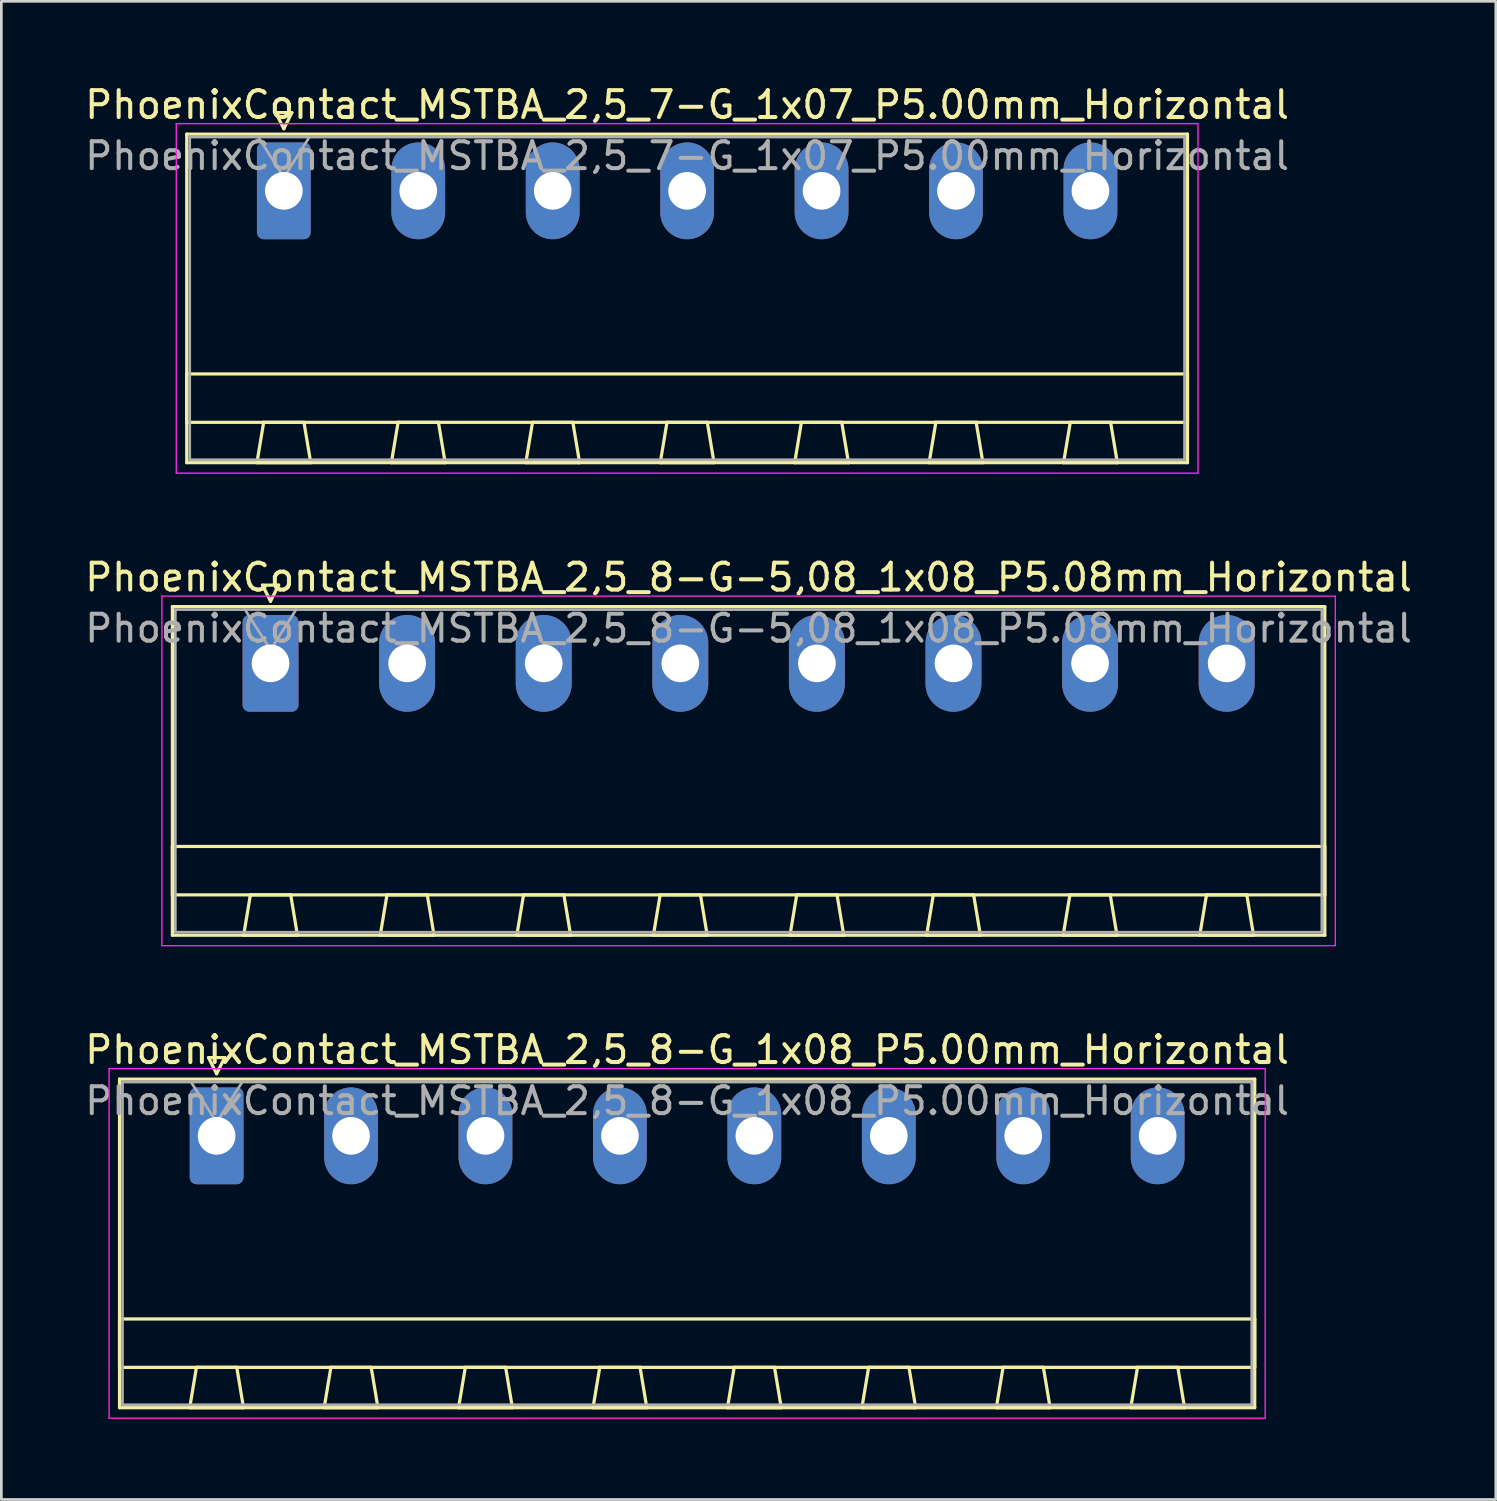
<source format=kicad_pcb>
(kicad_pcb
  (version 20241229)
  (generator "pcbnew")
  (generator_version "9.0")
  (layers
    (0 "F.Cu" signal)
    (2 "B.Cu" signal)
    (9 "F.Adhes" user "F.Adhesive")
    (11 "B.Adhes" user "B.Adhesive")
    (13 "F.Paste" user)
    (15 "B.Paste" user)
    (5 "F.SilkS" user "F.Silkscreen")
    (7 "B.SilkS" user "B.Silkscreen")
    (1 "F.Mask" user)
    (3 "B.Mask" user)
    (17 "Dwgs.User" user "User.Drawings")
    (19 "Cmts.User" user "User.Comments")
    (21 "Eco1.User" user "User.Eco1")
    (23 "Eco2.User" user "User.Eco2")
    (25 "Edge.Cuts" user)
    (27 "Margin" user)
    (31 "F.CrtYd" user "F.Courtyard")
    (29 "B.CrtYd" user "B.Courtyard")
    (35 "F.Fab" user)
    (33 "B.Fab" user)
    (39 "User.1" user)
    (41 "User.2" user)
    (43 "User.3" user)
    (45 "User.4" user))
  (footprint "PhoenixContact_MSTBA_2,5_7-G_1x07_P5.00mm_Horizontal"
    (layer "F.Cu")
    (at 7.506 4.048)
    (property "Reference" "PhoenixContact_MSTBA_2,5_7-G_1x07_P5.00mm_Horizontal" (at 15 -3.2 0) (layer "F.SilkS") (effects (font (size 1 1) (thickness 0.15))))
    (attr through_hole)
    (fp_line (start -3.61 -2.11) (end -3.61 10.11) (stroke (width 0.12) (type solid)) (layer "F.SilkS"))
    (fp_line (start -3.61 6.81) (end 33.61 6.81) (stroke (width 0.12) (type solid)) (layer "F.SilkS"))
    (fp_line (start -3.61 8.61) (end -3.61 6.81) (stroke (width 0.12) (type solid)) (layer "F.SilkS"))
    (fp_line (start -3.61 10.11) (end 33.61 10.11) (stroke (width 0.12) (type solid)) (layer "F.SilkS"))
    (fp_line (start -1 10.11) (end 1 10.11) (stroke (width 0.12) (type solid)) (layer "F.SilkS"))
    (fp_line (start -0.75 8.61) (end -1 10.11) (stroke (width 0.12) (type solid)) (layer "F.SilkS"))
    (fp_line (start -0.3 -2.91) (end 0.3 -2.91) (stroke (width 0.12) (type solid)) (layer "F.SilkS"))
    (fp_line (start 0 -2.31) (end -0.3 -2.91) (stroke (width 0.12) (type solid)) (layer "F.SilkS"))
    (fp_line (start 0.3 -2.91) (end 0 -2.31) (stroke (width 0.12) (type solid)) (layer "F.SilkS"))
    (fp_line (start 0.75 8.61) (end -0.75 8.61) (stroke (width 0.12) (type solid)) (layer "F.SilkS"))
    (fp_line (start 1 10.11) (end 0.75 8.61) (stroke (width 0.12) (type solid)) (layer "F.SilkS"))
    (fp_line (start 4 10.11) (end 6 10.11) (stroke (width 0.12) (type solid)) (layer "F.SilkS"))
    (fp_line (start 4.25 8.61) (end 4 10.11) (stroke (width 0.12) (type solid)) (layer "F.SilkS"))
    (fp_line (start 5.75 8.61) (end 4.25 8.61) (stroke (width 0.12) (type solid)) (layer "F.SilkS"))
    (fp_line (start 6 10.11) (end 5.75 8.61) (stroke (width 0.12) (type solid)) (layer "F.SilkS"))
    (fp_line (start 9 10.11) (end 11 10.11) (stroke (width 0.12) (type solid)) (layer "F.SilkS"))
    (fp_line (start 9.25 8.61) (end 9 10.11) (stroke (width 0.12) (type solid)) (layer "F.SilkS"))
    (fp_line (start 10.75 8.61) (end 9.25 8.61) (stroke (width 0.12) (type solid)) (layer "F.SilkS"))
    (fp_line (start 11 10.11) (end 10.75 8.61) (stroke (width 0.12) (type solid)) (layer "F.SilkS"))
    (fp_line (start 14 10.11) (end 16 10.11) (stroke (width 0.12) (type solid)) (layer "F.SilkS"))
    (fp_line (start 14.25 8.61) (end 14 10.11) (stroke (width 0.12) (type solid)) (layer "F.SilkS"))
    (fp_line (start 15.75 8.61) (end 14.25 8.61) (stroke (width 0.12) (type solid)) (layer "F.SilkS"))
    (fp_line (start 16 10.11) (end 15.75 8.61) (stroke (width 0.12) (type solid)) (layer "F.SilkS"))
    (fp_line (start 19 10.11) (end 21 10.11) (stroke (width 0.12) (type solid)) (layer "F.SilkS"))
    (fp_line (start 19.25 8.61) (end 19 10.11) (stroke (width 0.12) (type solid)) (layer "F.SilkS"))
    (fp_line (start 20.75 8.61) (end 19.25 8.61) (stroke (width 0.12) (type solid)) (layer "F.SilkS"))
    (fp_line (start 21 10.11) (end 20.75 8.61) (stroke (width 0.12) (type solid)) (layer "F.SilkS"))
    (fp_line (start 24 10.11) (end 26 10.11) (stroke (width 0.12) (type solid)) (layer "F.SilkS"))
    (fp_line (start 24.25 8.61) (end 24 10.11) (stroke (width 0.12) (type solid)) (layer "F.SilkS"))
    (fp_line (start 25.75 8.61) (end 24.25 8.61) (stroke (width 0.12) (type solid)) (layer "F.SilkS"))
    (fp_line (start 26 10.11) (end 25.75 8.61) (stroke (width 0.12) (type solid)) (layer "F.SilkS"))
    (fp_line (start 29 10.11) (end 31 10.11) (stroke (width 0.12) (type solid)) (layer "F.SilkS"))
    (fp_line (start 29.25 8.61) (end 29 10.11) (stroke (width 0.12) (type solid)) (layer "F.SilkS"))
    (fp_line (start 30.75 8.61) (end 29.25 8.61) (stroke (width 0.12) (type solid)) (layer "F.SilkS"))
    (fp_line (start 31 10.11) (end 30.75 8.61) (stroke (width 0.12) (type solid)) (layer "F.SilkS"))
    (fp_line (start 33.61 -2.11) (end -3.61 -2.11) (stroke (width 0.12) (type solid)) (layer "F.SilkS"))
    (fp_line (start 33.61 6.81) (end 33.61 8.61) (stroke (width 0.12) (type solid)) (layer "F.SilkS"))
    (fp_line (start 33.61 8.61) (end -3.61 8.61) (stroke (width 0.12) (type solid)) (layer "F.SilkS"))
    (fp_line (start 33.61 10.11) (end 33.61 -2.11) (stroke (width 0.12) (type solid)) (layer "F.SilkS"))
    (fp_line (start -4 -2.5) (end -4 10.5) (stroke (width 0.05) (type solid)) (layer "F.CrtYd"))
    (fp_line (start -4 10.5) (end 34 10.5) (stroke (width 0.05) (type solid)) (layer "F.CrtYd"))
    (fp_line (start 34 -2.5) (end -4 -2.5) (stroke (width 0.05) (type solid)) (layer "F.CrtYd"))
    (fp_line (start 34 10.5) (end 34 -2.5) (stroke (width 0.05) (type solid)) (layer "F.CrtYd"))
    (fp_line (start -3.5 -2) (end -3.5 10) (stroke (width 0.1) (type solid)) (layer "F.Fab"))
    (fp_line (start -3.5 10) (end 33.5 10) (stroke (width 0.1) (type solid)) (layer "F.Fab"))
    (fp_line (start 0 -0.5) (end -0.95 -2) (stroke (width 0.1) (type solid)) (layer "F.Fab"))
    (fp_line (start 0.95 -2) (end 0 -0.5) (stroke (width 0.1) (type solid)) (layer "F.Fab"))
    (fp_line (start 33.5 -2) (end -3.5 -2) (stroke (width 0.1) (type solid)) (layer "F.Fab"))
    (fp_line (start 33.5 10) (end 33.5 -2) (stroke (width 0.1) (type solid)) (layer "F.Fab"))
    (fp_text user "${REFERENCE}" (at 15 -1.3 0) (layer "F.Fab") (effects (font (size 1 1) (thickness 0.15))))
    (pad "1" thru_hole roundrect (at 0 0) (size 2 3.6) (drill 1.4) (layers "*.Cu" "*.Mask") (roundrect_rratio 0.125))
    (pad "2" thru_hole oval (at 5 0) (size 2 3.6) (drill 1.4) (layers "*.Cu" "*.Mask"))
    (pad "3" thru_hole oval (at 10 0) (size 2 3.6) (drill 1.4) (layers "*.Cu" "*.Mask"))
    (pad "4" thru_hole oval (at 15 0) (size 2 3.6) (drill 1.4) (layers "*.Cu" "*.Mask"))
    (pad "5" thru_hole oval (at 20 0) (size 2 3.6) (drill 1.4) (layers "*.Cu" "*.Mask"))
    (pad "6" thru_hole oval (at 25 0) (size 2 3.6) (drill 1.4) (layers "*.Cu" "*.Mask"))
    (pad "7" thru_hole oval (at 30 0) (size 2 3.6) (drill 1.4) (layers "*.Cu" "*.Mask")))
  (footprint "PhoenixContact_MSTBA_2,5_8-G-5,08_1x08_P5.08mm_Horizontal"
    (layer "F.Cu")
    (at 7.012 21.622)
    (property "Reference" "PhoenixContact_MSTBA_2,5_8-G-5,08_1x08_P5.08mm_Horizontal" (at 17.78 -3.2 0) (layer "F.SilkS") (effects (font (size 1 1) (thickness 0.15))))
    (attr through_hole)
    (fp_line (start -3.65 -2.11) (end -3.65 10.11) (stroke (width 0.12) (type solid)) (layer "F.SilkS"))
    (fp_line (start -3.65 6.81) (end 39.21 6.81) (stroke (width 0.12) (type solid)) (layer "F.SilkS"))
    (fp_line (start -3.65 8.61) (end -3.65 6.81) (stroke (width 0.12) (type solid)) (layer "F.SilkS"))
    (fp_line (start -3.65 10.11) (end 39.21 10.11) (stroke (width 0.12) (type solid)) (layer "F.SilkS"))
    (fp_line (start -1 10.11) (end 1 10.11) (stroke (width 0.12) (type solid)) (layer "F.SilkS"))
    (fp_line (start -0.75 8.61) (end -1 10.11) (stroke (width 0.12) (type solid)) (layer "F.SilkS"))
    (fp_line (start -0.3 -2.91) (end 0.3 -2.91) (stroke (width 0.12) (type solid)) (layer "F.SilkS"))
    (fp_line (start 0 -2.31) (end -0.3 -2.91) (stroke (width 0.12) (type solid)) (layer "F.SilkS"))
    (fp_line (start 0.3 -2.91) (end 0 -2.31) (stroke (width 0.12) (type solid)) (layer "F.SilkS"))
    (fp_line (start 0.75 8.61) (end -0.75 8.61) (stroke (width 0.12) (type solid)) (layer "F.SilkS"))
    (fp_line (start 1 10.11) (end 0.75 8.61) (stroke (width 0.12) (type solid)) (layer "F.SilkS"))
    (fp_line (start 4.08 10.11) (end 6.08 10.11) (stroke (width 0.12) (type solid)) (layer "F.SilkS"))
    (fp_line (start 4.33 8.61) (end 4.08 10.11) (stroke (width 0.12) (type solid)) (layer "F.SilkS"))
    (fp_line (start 5.83 8.61) (end 4.33 8.61) (stroke (width 0.12) (type solid)) (layer "F.SilkS"))
    (fp_line (start 6.08 10.11) (end 5.83 8.61) (stroke (width 0.12) (type solid)) (layer "F.SilkS"))
    (fp_line (start 9.16 10.11) (end 11.16 10.11) (stroke (width 0.12) (type solid)) (layer "F.SilkS"))
    (fp_line (start 9.41 8.61) (end 9.16 10.11) (stroke (width 0.12) (type solid)) (layer "F.SilkS"))
    (fp_line (start 10.91 8.61) (end 9.41 8.61) (stroke (width 0.12) (type solid)) (layer "F.SilkS"))
    (fp_line (start 11.16 10.11) (end 10.91 8.61) (stroke (width 0.12) (type solid)) (layer "F.SilkS"))
    (fp_line (start 14.24 10.11) (end 16.24 10.11) (stroke (width 0.12) (type solid)) (layer "F.SilkS"))
    (fp_line (start 14.49 8.61) (end 14.24 10.11) (stroke (width 0.12) (type solid)) (layer "F.SilkS"))
    (fp_line (start 15.99 8.61) (end 14.49 8.61) (stroke (width 0.12) (type solid)) (layer "F.SilkS"))
    (fp_line (start 16.24 10.11) (end 15.99 8.61) (stroke (width 0.12) (type solid)) (layer "F.SilkS"))
    (fp_line (start 19.32 10.11) (end 21.32 10.11) (stroke (width 0.12) (type solid)) (layer "F.SilkS"))
    (fp_line (start 19.57 8.61) (end 19.32 10.11) (stroke (width 0.12) (type solid)) (layer "F.SilkS"))
    (fp_line (start 21.07 8.61) (end 19.57 8.61) (stroke (width 0.12) (type solid)) (layer "F.SilkS"))
    (fp_line (start 21.32 10.11) (end 21.07 8.61) (stroke (width 0.12) (type solid)) (layer "F.SilkS"))
    (fp_line (start 24.4 10.11) (end 26.4 10.11) (stroke (width 0.12) (type solid)) (layer "F.SilkS"))
    (fp_line (start 24.65 8.61) (end 24.4 10.11) (stroke (width 0.12) (type solid)) (layer "F.SilkS"))
    (fp_line (start 26.15 8.61) (end 24.65 8.61) (stroke (width 0.12) (type solid)) (layer "F.SilkS"))
    (fp_line (start 26.4 10.11) (end 26.15 8.61) (stroke (width 0.12) (type solid)) (layer "F.SilkS"))
    (fp_line (start 29.48 10.11) (end 31.48 10.11) (stroke (width 0.12) (type solid)) (layer "F.SilkS"))
    (fp_line (start 29.73 8.61) (end 29.48 10.11) (stroke (width 0.12) (type solid)) (layer "F.SilkS"))
    (fp_line (start 31.23 8.61) (end 29.73 8.61) (stroke (width 0.12) (type solid)) (layer "F.SilkS"))
    (fp_line (start 31.48 10.11) (end 31.23 8.61) (stroke (width 0.12) (type solid)) (layer "F.SilkS"))
    (fp_line (start 34.56 10.11) (end 36.56 10.11) (stroke (width 0.12) (type solid)) (layer "F.SilkS"))
    (fp_line (start 34.81 8.61) (end 34.56 10.11) (stroke (width 0.12) (type solid)) (layer "F.SilkS"))
    (fp_line (start 36.31 8.61) (end 34.81 8.61) (stroke (width 0.12) (type solid)) (layer "F.SilkS"))
    (fp_line (start 36.56 10.11) (end 36.31 8.61) (stroke (width 0.12) (type solid)) (layer "F.SilkS"))
    (fp_line (start 39.21 -2.11) (end -3.65 -2.11) (stroke (width 0.12) (type solid)) (layer "F.SilkS"))
    (fp_line (start 39.21 6.81) (end 39.21 8.61) (stroke (width 0.12) (type solid)) (layer "F.SilkS"))
    (fp_line (start 39.21 8.61) (end -3.65 8.61) (stroke (width 0.12) (type solid)) (layer "F.SilkS"))
    (fp_line (start 39.21 10.11) (end 39.21 -2.11) (stroke (width 0.12) (type solid)) (layer "F.SilkS"))
    (fp_line (start -4.04 -2.5) (end -4.04 10.5) (stroke (width 0.05) (type solid)) (layer "F.CrtYd"))
    (fp_line (start -4.04 10.5) (end 39.6 10.5) (stroke (width 0.05) (type solid)) (layer "F.CrtYd"))
    (fp_line (start 39.6 -2.5) (end -4.04 -2.5) (stroke (width 0.05) (type solid)) (layer "F.CrtYd"))
    (fp_line (start 39.6 10.5) (end 39.6 -2.5) (stroke (width 0.05) (type solid)) (layer "F.CrtYd"))
    (fp_line (start -3.54 -2) (end -3.54 10) (stroke (width 0.1) (type solid)) (layer "F.Fab"))
    (fp_line (start -3.54 10) (end 39.1 10) (stroke (width 0.1) (type solid)) (layer "F.Fab"))
    (fp_line (start 0 -0.5) (end -0.95 -2) (stroke (width 0.1) (type solid)) (layer "F.Fab"))
    (fp_line (start 0.95 -2) (end 0 -0.5) (stroke (width 0.1) (type solid)) (layer "F.Fab"))
    (fp_line (start 39.1 -2) (end -3.54 -2) (stroke (width 0.1) (type solid)) (layer "F.Fab"))
    (fp_line (start 39.1 10) (end 39.1 -2) (stroke (width 0.1) (type solid)) (layer "F.Fab"))
    (fp_text user "${REFERENCE}" (at 17.78 -1.3 0) (layer "F.Fab") (effects (font (size 1 1) (thickness 0.15))))
    (pad "1" thru_hole roundrect (at 0 0) (size 2.08 3.6) (drill 1.4) (layers "*.Cu" "*.Mask") (roundrect_rratio 0.12))
    (pad "2" thru_hole oval (at 5.08 0) (size 2.08 3.6) (drill 1.4) (layers "*.Cu" "*.Mask"))
    (pad "3" thru_hole oval (at 10.16 0) (size 2.08 3.6) (drill 1.4) (layers "*.Cu" "*.Mask"))
    (pad "4" thru_hole oval (at 15.24 0) (size 2.08 3.6) (drill 1.4) (layers "*.Cu" "*.Mask"))
    (pad "5" thru_hole oval (at 20.32 0) (size 2.08 3.6) (drill 1.4) (layers "*.Cu" "*.Mask"))
    (pad "6" thru_hole oval (at 25.4 0) (size 2.08 3.6) (drill 1.4) (layers "*.Cu" "*.Mask"))
    (pad "7" thru_hole oval (at 30.48 0) (size 2.08 3.6) (drill 1.4) (layers "*.Cu" "*.Mask"))
    (pad "8" thru_hole oval (at 35.56 0) (size 2.08 3.6) (drill 1.4) (layers "*.Cu" "*.Mask")))
  (footprint "PhoenixContact_MSTBA_2,5_8-G_1x08_P5.00mm_Horizontal"
    (layer "F.Cu")
    (at 5.006 39.195)
    (property "Reference" "PhoenixContact_MSTBA_2,5_8-G_1x08_P5.00mm_Horizontal" (at 17.5 -3.2 0) (layer "F.SilkS") (effects (font (size 1 1) (thickness 0.15))))
    (attr through_hole)
    (fp_line (start -3.61 -2.11) (end -3.61 10.11) (stroke (width 0.12) (type solid)) (layer "F.SilkS"))
    (fp_line (start -3.61 6.81) (end 38.61 6.81) (stroke (width 0.12) (type solid)) (layer "F.SilkS"))
    (fp_line (start -3.61 8.61) (end -3.61 6.81) (stroke (width 0.12) (type solid)) (layer "F.SilkS"))
    (fp_line (start -3.61 10.11) (end 38.61 10.11) (stroke (width 0.12) (type solid)) (layer "F.SilkS"))
    (fp_line (start -1 10.11) (end 1 10.11) (stroke (width 0.12) (type solid)) (layer "F.SilkS"))
    (fp_line (start -0.75 8.61) (end -1 10.11) (stroke (width 0.12) (type solid)) (layer "F.SilkS"))
    (fp_line (start -0.3 -2.91) (end 0.3 -2.91) (stroke (width 0.12) (type solid)) (layer "F.SilkS"))
    (fp_line (start 0 -2.31) (end -0.3 -2.91) (stroke (width 0.12) (type solid)) (layer "F.SilkS"))
    (fp_line (start 0.3 -2.91) (end 0 -2.31) (stroke (width 0.12) (type solid)) (layer "F.SilkS"))
    (fp_line (start 0.75 8.61) (end -0.75 8.61) (stroke (width 0.12) (type solid)) (layer "F.SilkS"))
    (fp_line (start 1 10.11) (end 0.75 8.61) (stroke (width 0.12) (type solid)) (layer "F.SilkS"))
    (fp_line (start 4 10.11) (end 6 10.11) (stroke (width 0.12) (type solid)) (layer "F.SilkS"))
    (fp_line (start 4.25 8.61) (end 4 10.11) (stroke (width 0.12) (type solid)) (layer "F.SilkS"))
    (fp_line (start 5.75 8.61) (end 4.25 8.61) (stroke (width 0.12) (type solid)) (layer "F.SilkS"))
    (fp_line (start 6 10.11) (end 5.75 8.61) (stroke (width 0.12) (type solid)) (layer "F.SilkS"))
    (fp_line (start 9 10.11) (end 11 10.11) (stroke (width 0.12) (type solid)) (layer "F.SilkS"))
    (fp_line (start 9.25 8.61) (end 9 10.11) (stroke (width 0.12) (type solid)) (layer "F.SilkS"))
    (fp_line (start 10.75 8.61) (end 9.25 8.61) (stroke (width 0.12) (type solid)) (layer "F.SilkS"))
    (fp_line (start 11 10.11) (end 10.75 8.61) (stroke (width 0.12) (type solid)) (layer "F.SilkS"))
    (fp_line (start 14 10.11) (end 16 10.11) (stroke (width 0.12) (type solid)) (layer "F.SilkS"))
    (fp_line (start 14.25 8.61) (end 14 10.11) (stroke (width 0.12) (type solid)) (layer "F.SilkS"))
    (fp_line (start 15.75 8.61) (end 14.25 8.61) (stroke (width 0.12) (type solid)) (layer "F.SilkS"))
    (fp_line (start 16 10.11) (end 15.75 8.61) (stroke (width 0.12) (type solid)) (layer "F.SilkS"))
    (fp_line (start 19 10.11) (end 21 10.11) (stroke (width 0.12) (type solid)) (layer "F.SilkS"))
    (fp_line (start 19.25 8.61) (end 19 10.11) (stroke (width 0.12) (type solid)) (layer "F.SilkS"))
    (fp_line (start 20.75 8.61) (end 19.25 8.61) (stroke (width 0.12) (type solid)) (layer "F.SilkS"))
    (fp_line (start 21 10.11) (end 20.75 8.61) (stroke (width 0.12) (type solid)) (layer "F.SilkS"))
    (fp_line (start 24 10.11) (end 26 10.11) (stroke (width 0.12) (type solid)) (layer "F.SilkS"))
    (fp_line (start 24.25 8.61) (end 24 10.11) (stroke (width 0.12) (type solid)) (layer "F.SilkS"))
    (fp_line (start 25.75 8.61) (end 24.25 8.61) (stroke (width 0.12) (type solid)) (layer "F.SilkS"))
    (fp_line (start 26 10.11) (end 25.75 8.61) (stroke (width 0.12) (type solid)) (layer "F.SilkS"))
    (fp_line (start 29 10.11) (end 31 10.11) (stroke (width 0.12) (type solid)) (layer "F.SilkS"))
    (fp_line (start 29.25 8.61) (end 29 10.11) (stroke (width 0.12) (type solid)) (layer "F.SilkS"))
    (fp_line (start 30.75 8.61) (end 29.25 8.61) (stroke (width 0.12) (type solid)) (layer "F.SilkS"))
    (fp_line (start 31 10.11) (end 30.75 8.61) (stroke (width 0.12) (type solid)) (layer "F.SilkS"))
    (fp_line (start 34 10.11) (end 36 10.11) (stroke (width 0.12) (type solid)) (layer "F.SilkS"))
    (fp_line (start 34.25 8.61) (end 34 10.11) (stroke (width 0.12) (type solid)) (layer "F.SilkS"))
    (fp_line (start 35.75 8.61) (end 34.25 8.61) (stroke (width 0.12) (type solid)) (layer "F.SilkS"))
    (fp_line (start 36 10.11) (end 35.75 8.61) (stroke (width 0.12) (type solid)) (layer "F.SilkS"))
    (fp_line (start 38.61 -2.11) (end -3.61 -2.11) (stroke (width 0.12) (type solid)) (layer "F.SilkS"))
    (fp_line (start 38.61 6.81) (end 38.61 8.61) (stroke (width 0.12) (type solid)) (layer "F.SilkS"))
    (fp_line (start 38.61 8.61) (end -3.61 8.61) (stroke (width 0.12) (type solid)) (layer "F.SilkS"))
    (fp_line (start 38.61 10.11) (end 38.61 -2.11) (stroke (width 0.12) (type solid)) (layer "F.SilkS"))
    (fp_line (start -4 -2.5) (end -4 10.5) (stroke (width 0.05) (type solid)) (layer "F.CrtYd"))
    (fp_line (start -4 10.5) (end 39 10.5) (stroke (width 0.05) (type solid)) (layer "F.CrtYd"))
    (fp_line (start 39 -2.5) (end -4 -2.5) (stroke (width 0.05) (type solid)) (layer "F.CrtYd"))
    (fp_line (start 39 10.5) (end 39 -2.5) (stroke (width 0.05) (type solid)) (layer "F.CrtYd"))
    (fp_line (start -3.5 -2) (end -3.5 10) (stroke (width 0.1) (type solid)) (layer "F.Fab"))
    (fp_line (start -3.5 10) (end 38.5 10) (stroke (width 0.1) (type solid)) (layer "F.Fab"))
    (fp_line (start 0 -0.5) (end -0.95 -2) (stroke (width 0.1) (type solid)) (layer "F.Fab"))
    (fp_line (start 0.95 -2) (end 0 -0.5) (stroke (width 0.1) (type solid)) (layer "F.Fab"))
    (fp_line (start 38.5 -2) (end -3.5 -2) (stroke (width 0.1) (type solid)) (layer "F.Fab"))
    (fp_line (start 38.5 10) (end 38.5 -2) (stroke (width 0.1) (type solid)) (layer "F.Fab"))
    (fp_text user "${REFERENCE}" (at 17.5 -1.3 0) (layer "F.Fab") (effects (font (size 1 1) (thickness 0.15))))
    (pad "1" thru_hole roundrect (at 0 0) (size 2 3.6) (drill 1.4) (layers "*.Cu" "*.Mask") (roundrect_rratio 0.125))
    (pad "2" thru_hole oval (at 5 0) (size 2 3.6) (drill 1.4) (layers "*.Cu" "*.Mask"))
    (pad "3" thru_hole oval (at 10 0) (size 2 3.6) (drill 1.4) (layers "*.Cu" "*.Mask"))
    (pad "4" thru_hole oval (at 15 0) (size 2 3.6) (drill 1.4) (layers "*.Cu" "*.Mask"))
    (pad "5" thru_hole oval (at 20 0) (size 2 3.6) (drill 1.4) (layers "*.Cu" "*.Mask"))
    (pad "6" thru_hole oval (at 25 0) (size 2 3.6) (drill 1.4) (layers "*.Cu" "*.Mask"))
    (pad "7" thru_hole oval (at 30 0) (size 2 3.6) (drill 1.4) (layers "*.Cu" "*.Mask"))
    (pad "8" thru_hole oval (at 35 0) (size 2 3.6) (drill 1.4) (layers "*.Cu" "*.Mask")))
  (gr_rect
    (start -3 -3)
    (end 52.583 52.72)
    (stroke (width 0.1) (type default))
    (fill no)
    (layer "Edge.Cuts")))
</source>
